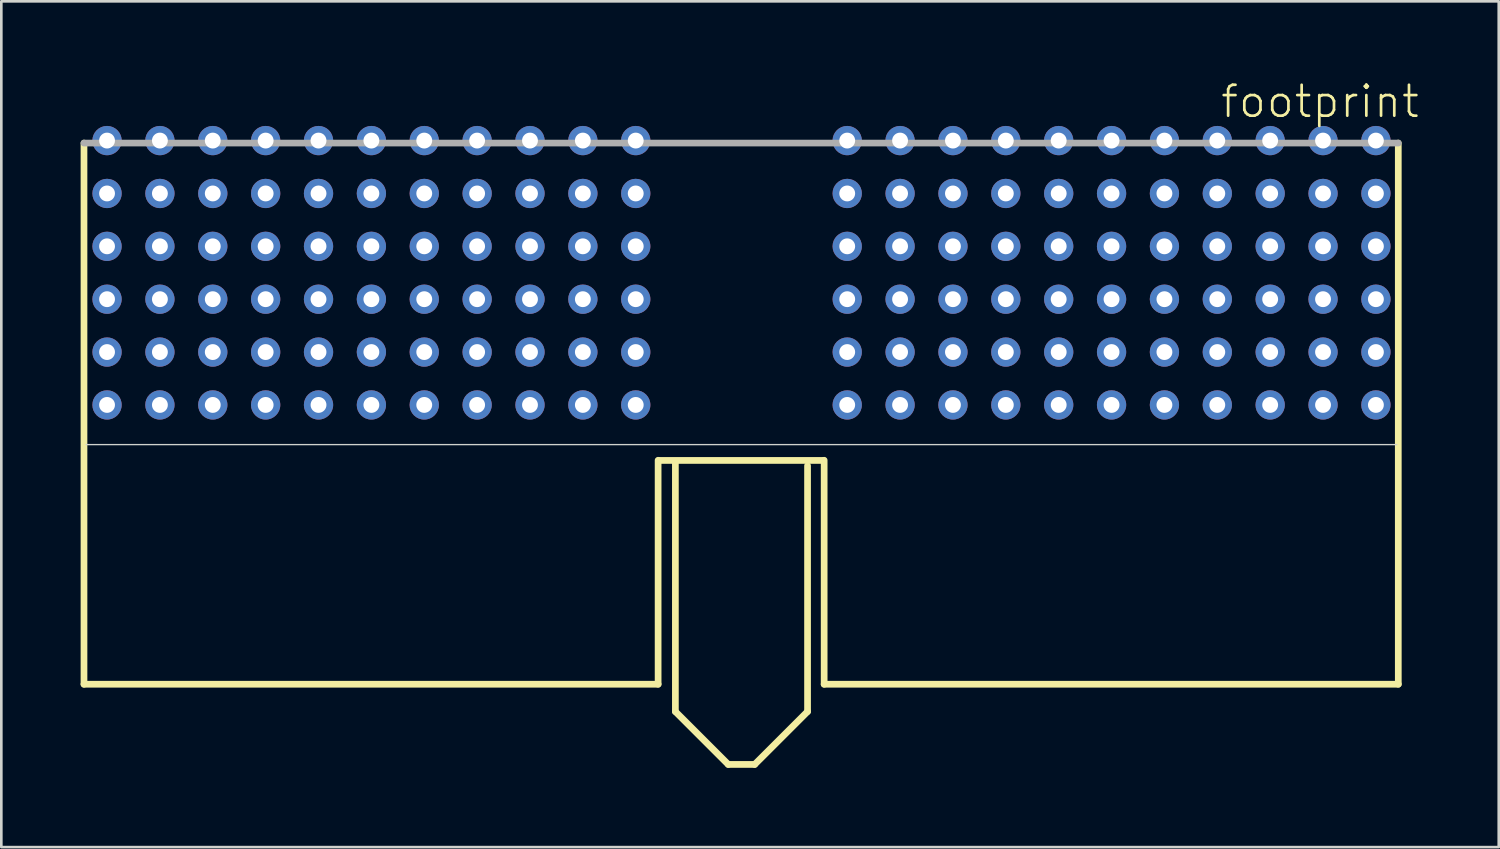
<source format=kicad_pcb>
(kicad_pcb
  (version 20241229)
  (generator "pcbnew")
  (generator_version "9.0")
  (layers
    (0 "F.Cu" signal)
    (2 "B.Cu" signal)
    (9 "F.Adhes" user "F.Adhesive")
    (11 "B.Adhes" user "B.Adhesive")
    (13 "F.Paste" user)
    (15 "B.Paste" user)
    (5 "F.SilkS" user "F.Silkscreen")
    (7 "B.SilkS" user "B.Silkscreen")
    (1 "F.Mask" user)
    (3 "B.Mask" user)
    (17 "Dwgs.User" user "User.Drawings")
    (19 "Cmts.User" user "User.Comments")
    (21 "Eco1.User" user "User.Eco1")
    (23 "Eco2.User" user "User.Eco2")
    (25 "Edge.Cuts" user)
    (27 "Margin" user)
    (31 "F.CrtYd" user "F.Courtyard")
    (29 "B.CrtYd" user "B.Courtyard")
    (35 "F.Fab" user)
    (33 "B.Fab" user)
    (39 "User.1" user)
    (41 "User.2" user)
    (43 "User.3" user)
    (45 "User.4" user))
  (footprint "footprint"
    (layer "F.Cu")
    (at 24.999 13.538)
    (property "Reference" "footprint" (at 18.065 -12.065 0) (layer "F.SilkS") (effects (font (size 1.168 1.168) (thickness 0.102)) (justify left bottom)))
    (fp_line (start -24.872 -11.176) (end -24.872 9.296) (stroke (width 0.254) (type solid)) (layer "F.SilkS"))
    (fp_line (start -24.872 9.296) (end -3.153 9.296) (stroke (width 0.254) (type solid)) (layer "F.SilkS"))
    (fp_line (start -3.153 9.296) (end -3.153 0.824) (stroke (width 0.254) (type solid)) (layer "F.SilkS"))
    (fp_line (start -3.1 0.83) (end 3.1 0.83) (stroke (width 0.254) (type solid)) (layer "F.SilkS"))
    (fp_line (start -2.5 10.33) (end -2.5 0.93) (stroke (width 0.254) (type solid)) (layer "F.SilkS"))
    (fp_line (start -2.5 10.33) (end -0.5 12.33) (stroke (width 0.254) (type solid)) (layer "F.SilkS"))
    (fp_line (start -0.5 12.33) (end 0.5 12.33) (stroke (width 0.254) (type solid)) (layer "F.SilkS"))
    (fp_line (start 0.5 12.33) (end 2.5 10.33) (stroke (width 0.254) (type solid)) (layer "F.SilkS"))
    (fp_line (start 2.5 10.33) (end 2.5 1.03) (stroke (width 0.254) (type solid)) (layer "F.SilkS"))
    (fp_line (start 3.128 0.824) (end 3.128 9.296) (stroke (width 0.254) (type solid)) (layer "F.SilkS"))
    (fp_line (start 3.128 9.296) (end 24.847 9.296) (stroke (width 0.254) (type solid)) (layer "F.SilkS"))
    (fp_line (start 24.847 9.296) (end 24.847 -11.176) (stroke (width 0.254) (type solid)) (layer "F.SilkS"))
    (fp_line (start -24.789 0.23) (end 24.789 0.23) (stroke (width 0.051) (type solid)) (layer "Edge.Cuts"))
    (fp_line (start 24.847 -11.176) (end -24.872 -11.176) (stroke (width 0.254) (type solid)) (layer "F.Fab"))
    (pad "A1" thru_hole circle (at 24 -1.27) (size 1.108 1.108) (drill 0.6) (layers "*.Cu" "*.Mask"))
    (pad "A2" thru_hole circle (at 22 -1.27) (size 1.108 1.108) (drill 0.6) (layers "*.Cu" "*.Mask"))
    (pad "A3" thru_hole circle (at 20 -1.27) (size 1.108 1.108) (drill 0.6) (layers "*.Cu" "*.Mask"))
    (pad "A4" thru_hole circle (at 18 -1.27) (size 1.108 1.108) (drill 0.6) (layers "*.Cu" "*.Mask"))
    (pad "A5" thru_hole circle (at 16 -1.27) (size 1.108 1.108) (drill 0.6) (layers "*.Cu" "*.Mask"))
    (pad "A6" thru_hole circle (at 14 -1.27) (size 1.108 1.108) (drill 0.6) (layers "*.Cu" "*.Mask"))
    (pad "A7" thru_hole circle (at 12 -1.27) (size 1.108 1.108) (drill 0.6) (layers "*.Cu" "*.Mask"))
    (pad "A8" thru_hole circle (at 10 -1.27) (size 1.108 1.108) (drill 0.6) (layers "*.Cu" "*.Mask"))
    (pad "A9" thru_hole circle (at 8 -1.27) (size 1.108 1.108) (drill 0.6) (layers "*.Cu" "*.Mask"))
    (pad "A10" thru_hole circle (at 6 -1.27) (size 1.108 1.108) (drill 0.6) (layers "*.Cu" "*.Mask"))
    (pad "A11" thru_hole circle (at 4 -1.27) (size 1.108 1.108) (drill 0.6) (layers "*.Cu" "*.Mask"))
    (pad "A12" thru_hole circle (at -4 -1.27) (size 1.108 1.108) (drill 0.6) (layers "*.Cu" "*.Mask"))
    (pad "A13" thru_hole circle (at -6 -1.27) (size 1.108 1.108) (drill 0.6) (layers "*.Cu" "*.Mask"))
    (pad "A14" thru_hole circle (at -8 -1.27) (size 1.108 1.108) (drill 0.6) (layers "*.Cu" "*.Mask"))
    (pad "A15" thru_hole circle (at -10 -1.27) (size 1.108 1.108) (drill 0.6) (layers "*.Cu" "*.Mask"))
    (pad "A16" thru_hole circle (at -12 -1.27) (size 1.108 1.108) (drill 0.6) (layers "*.Cu" "*.Mask"))
    (pad "A17" thru_hole circle (at -14 -1.27) (size 1.108 1.108) (drill 0.6) (layers "*.Cu" "*.Mask"))
    (pad "A18" thru_hole circle (at -16 -1.27) (size 1.108 1.108) (drill 0.6) (layers "*.Cu" "*.Mask"))
    (pad "A19" thru_hole circle (at -18 -1.27) (size 1.108 1.108) (drill 0.6) (layers "*.Cu" "*.Mask"))
    (pad "A20" thru_hole circle (at -20 -1.27) (size 1.108 1.108) (drill 0.6) (layers "*.Cu" "*.Mask"))
    (pad "A21" thru_hole circle (at -22 -1.27) (size 1.108 1.108) (drill 0.6) (layers "*.Cu" "*.Mask"))
    (pad "A22" thru_hole circle (at -24 -1.27) (size 1.108 1.108) (drill 0.6) (layers "*.Cu" "*.Mask"))
    (pad "B1" thru_hole circle (at 24 -3.27) (size 1.108 1.108) (drill 0.6) (layers "*.Cu" "*.Mask"))
    (pad "B2" thru_hole circle (at 22 -3.27) (size 1.108 1.108) (drill 0.6) (layers "*.Cu" "*.Mask"))
    (pad "B3" thru_hole circle (at 20 -3.27) (size 1.108 1.108) (drill 0.6) (layers "*.Cu" "*.Mask"))
    (pad "B4" thru_hole circle (at 18 -3.27) (size 1.108 1.108) (drill 0.6) (layers "*.Cu" "*.Mask"))
    (pad "B5" thru_hole circle (at 16 -3.27) (size 1.108 1.108) (drill 0.6) (layers "*.Cu" "*.Mask"))
    (pad "B6" thru_hole circle (at 14 -3.27) (size 1.108 1.108) (drill 0.6) (layers "*.Cu" "*.Mask"))
    (pad "B7" thru_hole circle (at 12 -3.27) (size 1.108 1.108) (drill 0.6) (layers "*.Cu" "*.Mask"))
    (pad "B8" thru_hole circle (at 10 -3.27) (size 1.108 1.108) (drill 0.6) (layers "*.Cu" "*.Mask"))
    (pad "B9" thru_hole circle (at 8 -3.27) (size 1.108 1.108) (drill 0.6) (layers "*.Cu" "*.Mask"))
    (pad "B10" thru_hole circle (at 6 -3.27) (size 1.108 1.108) (drill 0.6) (layers "*.Cu" "*.Mask"))
    (pad "B11" thru_hole circle (at 4 -3.27) (size 1.108 1.108) (drill 0.6) (layers "*.Cu" "*.Mask"))
    (pad "B12" thru_hole circle (at -4 -3.27) (size 1.108 1.108) (drill 0.6) (layers "*.Cu" "*.Mask"))
    (pad "B13" thru_hole circle (at -6 -3.27) (size 1.108 1.108) (drill 0.6) (layers "*.Cu" "*.Mask"))
    (pad "B14" thru_hole circle (at -8 -3.27) (size 1.108 1.108) (drill 0.6) (layers "*.Cu" "*.Mask"))
    (pad "B15" thru_hole circle (at -10 -3.27) (size 1.108 1.108) (drill 0.6) (layers "*.Cu" "*.Mask"))
    (pad "B16" thru_hole circle (at -12 -3.27) (size 1.108 1.108) (drill 0.6) (layers "*.Cu" "*.Mask"))
    (pad "B17" thru_hole circle (at -14 -3.27) (size 1.108 1.108) (drill 0.6) (layers "*.Cu" "*.Mask"))
    (pad "B18" thru_hole circle (at -16 -3.27) (size 1.108 1.108) (drill 0.6) (layers "*.Cu" "*.Mask"))
    (pad "B19" thru_hole circle (at -18 -3.27) (size 1.108 1.108) (drill 0.6) (layers "*.Cu" "*.Mask"))
    (pad "B20" thru_hole circle (at -20 -3.27) (size 1.108 1.108) (drill 0.6) (layers "*.Cu" "*.Mask"))
    (pad "B21" thru_hole circle (at -22 -3.27) (size 1.108 1.108) (drill 0.6) (layers "*.Cu" "*.Mask"))
    (pad "B22" thru_hole circle (at -24 -3.27) (size 1.108 1.108) (drill 0.6) (layers "*.Cu" "*.Mask"))
    (pad "C1" thru_hole circle (at 24 -5.27) (size 1.108 1.108) (drill 0.6) (layers "*.Cu" "*.Mask"))
    (pad "C2" thru_hole circle (at 22 -5.27) (size 1.108 1.108) (drill 0.6) (layers "*.Cu" "*.Mask"))
    (pad "C3" thru_hole circle (at 20 -5.27) (size 1.108 1.108) (drill 0.6) (layers "*.Cu" "*.Mask"))
    (pad "C4" thru_hole circle (at 18 -5.27) (size 1.108 1.108) (drill 0.6) (layers "*.Cu" "*.Mask"))
    (pad "C5" thru_hole circle (at 16 -5.27) (size 1.108 1.108) (drill 0.6) (layers "*.Cu" "*.Mask"))
    (pad "C6" thru_hole circle (at 14 -5.27) (size 1.108 1.108) (drill 0.6) (layers "*.Cu" "*.Mask"))
    (pad "C7" thru_hole circle (at 12 -5.27) (size 1.108 1.108) (drill 0.6) (layers "*.Cu" "*.Mask"))
    (pad "C8" thru_hole circle (at 10 -5.27) (size 1.108 1.108) (drill 0.6) (layers "*.Cu" "*.Mask"))
    (pad "C9" thru_hole circle (at 8 -5.27) (size 1.108 1.108) (drill 0.6) (layers "*.Cu" "*.Mask"))
    (pad "C10" thru_hole circle (at 6 -5.27) (size 1.108 1.108) (drill 0.6) (layers "*.Cu" "*.Mask"))
    (pad "C11" thru_hole circle (at 4 -5.27) (size 1.108 1.108) (drill 0.6) (layers "*.Cu" "*.Mask"))
    (pad "C12" thru_hole circle (at -4 -5.27) (size 1.108 1.108) (drill 0.6) (layers "*.Cu" "*.Mask"))
    (pad "C13" thru_hole circle (at -6 -5.27) (size 1.108 1.108) (drill 0.6) (layers "*.Cu" "*.Mask"))
    (pad "C14" thru_hole circle (at -8 -5.27) (size 1.108 1.108) (drill 0.6) (layers "*.Cu" "*.Mask"))
    (pad "C15" thru_hole circle (at -10 -5.27) (size 1.108 1.108) (drill 0.6) (layers "*.Cu" "*.Mask"))
    (pad "C16" thru_hole circle (at -12 -5.27) (size 1.108 1.108) (drill 0.6) (layers "*.Cu" "*.Mask"))
    (pad "C17" thru_hole circle (at -14 -5.27) (size 1.108 1.108) (drill 0.6) (layers "*.Cu" "*.Mask"))
    (pad "C18" thru_hole circle (at -16 -5.27) (size 1.108 1.108) (drill 0.6) (layers "*.Cu" "*.Mask"))
    (pad "C19" thru_hole circle (at -18 -5.27) (size 1.108 1.108) (drill 0.6) (layers "*.Cu" "*.Mask"))
    (pad "C20" thru_hole circle (at -20 -5.27) (size 1.108 1.108) (drill 0.6) (layers "*.Cu" "*.Mask"))
    (pad "C21" thru_hole circle (at -22 -5.27) (size 1.108 1.108) (drill 0.6) (layers "*.Cu" "*.Mask"))
    (pad "C22" thru_hole circle (at -24 -5.27) (size 1.108 1.108) (drill 0.6) (layers "*.Cu" "*.Mask"))
    (pad "D1" thru_hole circle (at 24 -7.27) (size 1.108 1.108) (drill 0.6) (layers "*.Cu" "*.Mask"))
    (pad "D2" thru_hole circle (at 22 -7.27) (size 1.108 1.108) (drill 0.6) (layers "*.Cu" "*.Mask"))
    (pad "D3" thru_hole circle (at 20 -7.27) (size 1.108 1.108) (drill 0.6) (layers "*.Cu" "*.Mask"))
    (pad "D4" thru_hole circle (at 18 -7.27) (size 1.108 1.108) (drill 0.6) (layers "*.Cu" "*.Mask"))
    (pad "D5" thru_hole circle (at 16 -7.27) (size 1.108 1.108) (drill 0.6) (layers "*.Cu" "*.Mask"))
    (pad "D6" thru_hole circle (at 14 -7.27) (size 1.108 1.108) (drill 0.6) (layers "*.Cu" "*.Mask"))
    (pad "D7" thru_hole circle (at 12 -7.27) (size 1.108 1.108) (drill 0.6) (layers "*.Cu" "*.Mask"))
    (pad "D8" thru_hole circle (at 10 -7.27) (size 1.108 1.108) (drill 0.6) (layers "*.Cu" "*.Mask"))
    (pad "D9" thru_hole circle (at 8 -7.27) (size 1.108 1.108) (drill 0.6) (layers "*.Cu" "*.Mask"))
    (pad "D10" thru_hole circle (at 6 -7.27) (size 1.108 1.108) (drill 0.6) (layers "*.Cu" "*.Mask"))
    (pad "D11" thru_hole circle (at 4 -7.27) (size 1.108 1.108) (drill 0.6) (layers "*.Cu" "*.Mask"))
    (pad "D12" thru_hole circle (at -4 -7.27) (size 1.108 1.108) (drill 0.6) (layers "*.Cu" "*.Mask"))
    (pad "D13" thru_hole circle (at -6 -7.27) (size 1.108 1.108) (drill 0.6) (layers "*.Cu" "*.Mask"))
    (pad "D14" thru_hole circle (at -8 -7.27) (size 1.108 1.108) (drill 0.6) (layers "*.Cu" "*.Mask"))
    (pad "D15" thru_hole circle (at -10 -7.27) (size 1.108 1.108) (drill 0.6) (layers "*.Cu" "*.Mask"))
    (pad "D16" thru_hole circle (at -12 -7.27) (size 1.108 1.108) (drill 0.6) (layers "*.Cu" "*.Mask"))
    (pad "D17" thru_hole circle (at -14 -7.27) (size 1.108 1.108) (drill 0.6) (layers "*.Cu" "*.Mask"))
    (pad "D18" thru_hole circle (at -16 -7.27) (size 1.108 1.108) (drill 0.6) (layers "*.Cu" "*.Mask"))
    (pad "D19" thru_hole circle (at -18 -7.27) (size 1.108 1.108) (drill 0.6) (layers "*.Cu" "*.Mask"))
    (pad "D20" thru_hole circle (at -20 -7.27) (size 1.108 1.108) (drill 0.6) (layers "*.Cu" "*.Mask"))
    (pad "D21" thru_hole circle (at -22 -7.27) (size 1.108 1.108) (drill 0.6) (layers "*.Cu" "*.Mask"))
    (pad "D22" thru_hole circle (at -24 -7.27) (size 1.108 1.108) (drill 0.6) (layers "*.Cu" "*.Mask"))
    (pad "E1" thru_hole circle (at 24 -9.27) (size 1.108 1.108) (drill 0.6) (layers "*.Cu" "*.Mask"))
    (pad "E2" thru_hole circle (at 22 -9.27) (size 1.108 1.108) (drill 0.6) (layers "*.Cu" "*.Mask"))
    (pad "E3" thru_hole circle (at 20 -9.27) (size 1.108 1.108) (drill 0.6) (layers "*.Cu" "*.Mask"))
    (pad "E4" thru_hole circle (at 18 -9.27) (size 1.108 1.108) (drill 0.6) (layers "*.Cu" "*.Mask"))
    (pad "E5" thru_hole circle (at 16 -9.27) (size 1.108 1.108) (drill 0.6) (layers "*.Cu" "*.Mask"))
    (pad "E6" thru_hole circle (at 14 -9.27) (size 1.108 1.108) (drill 0.6) (layers "*.Cu" "*.Mask"))
    (pad "E7" thru_hole circle (at 12 -9.27) (size 1.108 1.108) (drill 0.6) (layers "*.Cu" "*.Mask"))
    (pad "E8" thru_hole circle (at 10 -9.27) (size 1.108 1.108) (drill 0.6) (layers "*.Cu" "*.Mask"))
    (pad "E9" thru_hole circle (at 8 -9.27) (size 1.108 1.108) (drill 0.6) (layers "*.Cu" "*.Mask"))
    (pad "E10" thru_hole circle (at 6 -9.27) (size 1.108 1.108) (drill 0.6) (layers "*.Cu" "*.Mask"))
    (pad "E11" thru_hole circle (at 4 -9.27) (size 1.108 1.108) (drill 0.6) (layers "*.Cu" "*.Mask"))
    (pad "E12" thru_hole circle (at -4 -9.27) (size 1.108 1.108) (drill 0.6) (layers "*.Cu" "*.Mask"))
    (pad "E13" thru_hole circle (at -6 -9.27) (size 1.108 1.108) (drill 0.6) (layers "*.Cu" "*.Mask"))
    (pad "E14" thru_hole circle (at -8 -9.27) (size 1.108 1.108) (drill 0.6) (layers "*.Cu" "*.Mask"))
    (pad "E15" thru_hole circle (at -10 -9.27) (size 1.108 1.108) (drill 0.6) (layers "*.Cu" "*.Mask"))
    (pad "E16" thru_hole circle (at -12 -9.27) (size 1.108 1.108) (drill 0.6) (layers "*.Cu" "*.Mask"))
    (pad "E17" thru_hole circle (at -14 -9.27) (size 1.108 1.108) (drill 0.6) (layers "*.Cu" "*.Mask"))
    (pad "E18" thru_hole circle (at -16 -9.27) (size 1.108 1.108) (drill 0.6) (layers "*.Cu" "*.Mask"))
    (pad "E19" thru_hole circle (at -18 -9.27) (size 1.108 1.108) (drill 0.6) (layers "*.Cu" "*.Mask"))
    (pad "E20" thru_hole circle (at -20 -9.27) (size 1.108 1.108) (drill 0.6) (layers "*.Cu" "*.Mask"))
    (pad "E21" thru_hole circle (at -22 -9.27) (size 1.108 1.108) (drill 0.6) (layers "*.Cu" "*.Mask"))
    (pad "E22" thru_hole circle (at -24 -9.27) (size 1.108 1.108) (drill 0.6) (layers "*.Cu" "*.Mask"))
    (pad "F1" thru_hole circle (at 24 -11.27) (size 1.108 1.108) (drill 0.6) (layers "*.Cu" "*.Mask"))
    (pad "F2" thru_hole circle (at 22 -11.27) (size 1.108 1.108) (drill 0.6) (layers "*.Cu" "*.Mask"))
    (pad "F3" thru_hole circle (at 20 -11.27) (size 1.108 1.108) (drill 0.6) (layers "*.Cu" "*.Mask"))
    (pad "F4" thru_hole circle (at 18 -11.27) (size 1.108 1.108) (drill 0.6) (layers "*.Cu" "*.Mask"))
    (pad "F5" thru_hole circle (at 16 -11.27) (size 1.108 1.108) (drill 0.6) (layers "*.Cu" "*.Mask"))
    (pad "F6" thru_hole circle (at 14 -11.27) (size 1.108 1.108) (drill 0.6) (layers "*.Cu" "*.Mask"))
    (pad "F7" thru_hole circle (at 12 -11.27) (size 1.108 1.108) (drill 0.6) (layers "*.Cu" "*.Mask"))
    (pad "F8" thru_hole circle (at 10 -11.27) (size 1.108 1.108) (drill 0.6) (layers "*.Cu" "*.Mask"))
    (pad "F9" thru_hole circle (at 8 -11.27) (size 1.108 1.108) (drill 0.6) (layers "*.Cu" "*.Mask"))
    (pad "F10" thru_hole circle (at 6 -11.27) (size 1.108 1.108) (drill 0.6) (layers "*.Cu" "*.Mask"))
    (pad "F11" thru_hole circle (at 4 -11.27) (size 1.108 1.108) (drill 0.6) (layers "*.Cu" "*.Mask"))
    (pad "F12" thru_hole circle (at -4 -11.27) (size 1.108 1.108) (drill 0.6) (layers "*.Cu" "*.Mask"))
    (pad "F13" thru_hole circle (at -6 -11.27) (size 1.108 1.108) (drill 0.6) (layers "*.Cu" "*.Mask"))
    (pad "F14" thru_hole circle (at -8 -11.27) (size 1.108 1.108) (drill 0.6) (layers "*.Cu" "*.Mask"))
    (pad "F15" thru_hole circle (at -10 -11.27) (size 1.108 1.108) (drill 0.6) (layers "*.Cu" "*.Mask"))
    (pad "F16" thru_hole circle (at -12 -11.27) (size 1.108 1.108) (drill 0.6) (layers "*.Cu" "*.Mask"))
    (pad "F17" thru_hole circle (at -14 -11.27) (size 1.108 1.108) (drill 0.6) (layers "*.Cu" "*.Mask"))
    (pad "F18" thru_hole circle (at -16 -11.27) (size 1.108 1.108) (drill 0.6) (layers "*.Cu" "*.Mask"))
    (pad "F19" thru_hole circle (at -18 -11.27) (size 1.108 1.108) (drill 0.6) (layers "*.Cu" "*.Mask"))
    (pad "F20" thru_hole circle (at -20 -11.27) (size 1.108 1.108) (drill 0.6) (layers "*.Cu" "*.Mask"))
    (pad "F21" thru_hole circle (at -22 -11.27) (size 1.108 1.108) (drill 0.6) (layers "*.Cu" "*.Mask"))
    (pad "F22" thru_hole circle (at -24 -11.27) (size 1.108 1.108) (drill 0.6) (layers "*.Cu" "*.Mask")))
  (gr_rect
    (start -3 -3)
    (end 53.646 28.995)
    (stroke (width 0.1) (type default))
    (fill no)
    (layer "Edge.Cuts")))
</source>
